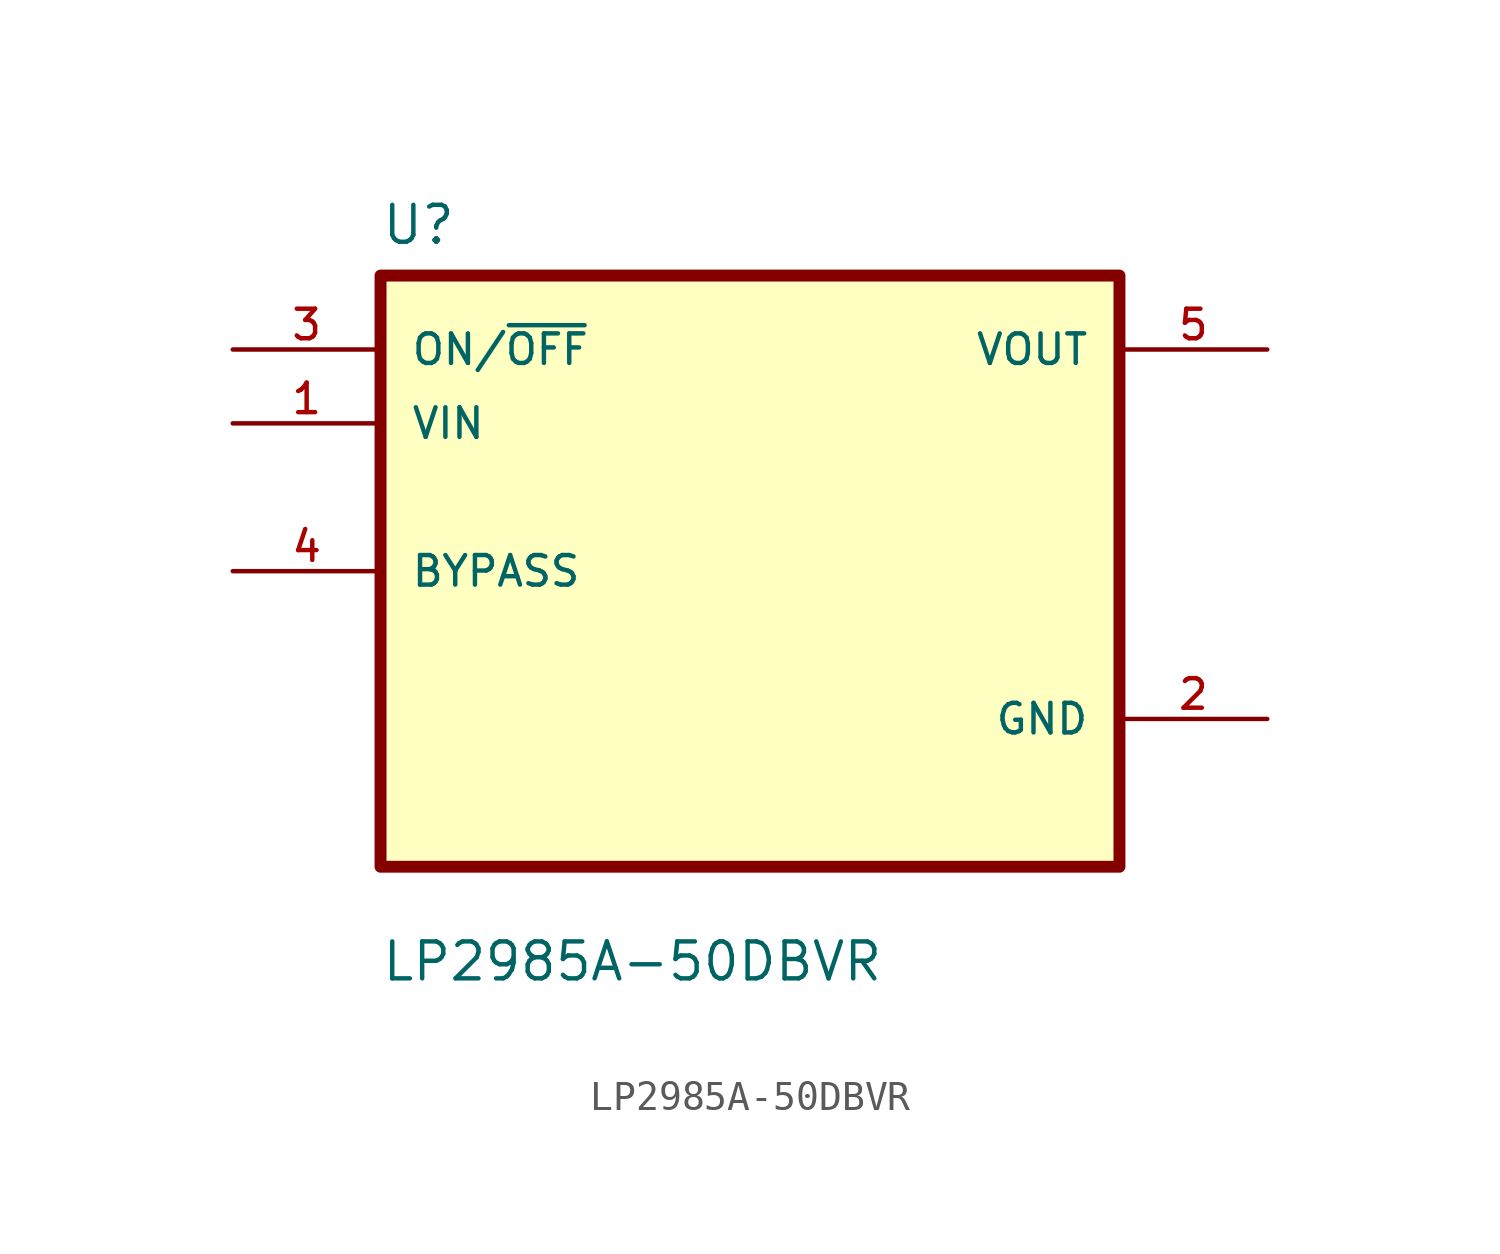
<source format=kicad_sym>
(kicad_symbol_lib
  (version 20211014)
  (generator kicad_symbol_editor)
  (symbol "LP2985A-50DBVR"
    (pin_names
      (offset 1.016))
    (property "Reference" "U"
      (at -12.7 11.16 0.0)
      (effects (font (size 1.27 1.27)) (justify bottom left)))
    (property "Value" "LP2985A-50DBVR"
      (at -12.7 -14.16 0.0)
      (effects (font (size 1.27 1.27)) (justify bottom left)))
    (symbol "LP2985A-50DBVR_0_0"
      (rectangle (start -12.7 -10.16) (end 12.7 10.16) (stroke (width 0.41)) (fill (type background)))
      (pin input line (at -17.78 7.62 0) (length 5.08) (name "ON/~{OFF}" (effects (font (size 1.016 1.016)))) (number "3" (effects (font (size 1.016 1.016)))))
      (pin input line (at -17.78 5.08 0) (length 5.08) (name "VIN" (effects (font (size 1.016 1.016)))) (number "1" (effects (font (size 1.016 1.016)))))
      (pin bidirectional line (at -17.78 0.0 0) (length 5.08) (name "BYPASS" (effects (font (size 1.016 1.016)))) (number "4" (effects (font (size 1.016 1.016)))))
      (pin output line (at 17.78 7.62 180.0) (length 5.08) (name "VOUT" (effects (font (size 1.016 1.016)))) (number "5" (effects (font (size 1.016 1.016)))))
      (pin power_in line (at 17.78 -5.08 180.0) (length 5.08) (name "GND" (effects (font (size 1.016 1.016)))) (number "2" (effects (font (size 1.016 1.016))))))))
</source>
